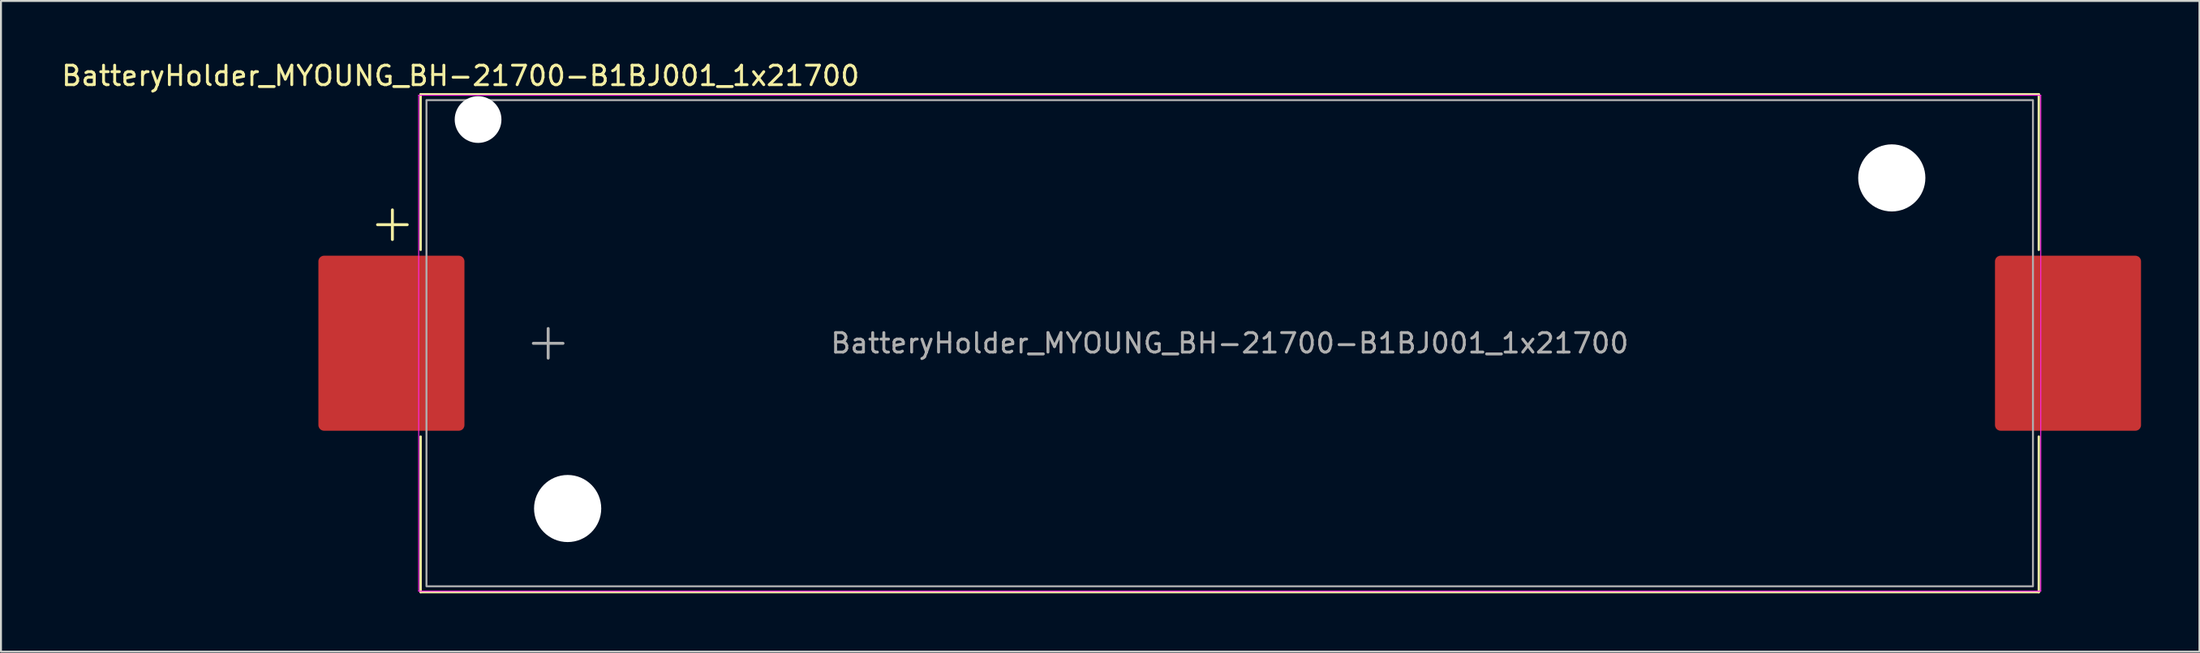
<source format=kicad_pcb>
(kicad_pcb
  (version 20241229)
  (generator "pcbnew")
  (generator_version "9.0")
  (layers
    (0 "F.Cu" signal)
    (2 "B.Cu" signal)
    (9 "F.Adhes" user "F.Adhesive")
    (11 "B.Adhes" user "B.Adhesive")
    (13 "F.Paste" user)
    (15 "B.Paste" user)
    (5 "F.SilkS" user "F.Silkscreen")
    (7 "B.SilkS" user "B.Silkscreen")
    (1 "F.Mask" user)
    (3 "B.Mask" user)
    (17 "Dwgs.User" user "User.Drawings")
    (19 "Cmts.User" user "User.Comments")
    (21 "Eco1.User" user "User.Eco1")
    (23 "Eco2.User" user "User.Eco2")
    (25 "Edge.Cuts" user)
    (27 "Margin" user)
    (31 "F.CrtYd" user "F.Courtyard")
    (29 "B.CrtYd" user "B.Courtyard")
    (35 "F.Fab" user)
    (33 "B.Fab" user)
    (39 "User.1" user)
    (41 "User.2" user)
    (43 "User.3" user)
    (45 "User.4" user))
  (footprint "BatteryHolder_MYOUNG_BH-21700-B1BJ001_1x21700"
    (layer "F.Cu")
    (at 60.101 14.598)
    (property "Reference" "BatteryHolder_MYOUNG_BH-21700-B1BJ001_1x21700" (at -39.5 -13.75 0) (layer "F.SilkS") (effects (font (size 1 1) (thickness 0.15))))
    (attr smd)
    (fp_line (start -41.55 -12.8) (end -41.55 -4.8) (stroke (width 0.12) (type solid)) (layer "F.SilkS"))
    (fp_line (start -41.55 -12.8) (end 41.55 -12.8) (stroke (width 0.12) (type solid)) (layer "F.SilkS"))
    (fp_line (start -41.55 4.8) (end -41.55 12.8) (stroke (width 0.12) (type solid)) (layer "F.SilkS"))
    (fp_line (start -41.55 12.8) (end 41.55 12.8) (stroke (width 0.12) (type solid)) (layer "F.SilkS"))
    (fp_line (start 41.55 -12.8) (end 41.55 -4.8) (stroke (width 0.12) (type solid)) (layer "F.SilkS"))
    (fp_line (start 41.55 4.8) (end 41.55 12.8) (stroke (width 0.12) (type solid)) (layer "F.SilkS"))
    (fp_line (start -41.65 -12.75) (end -41.65 12.75) (stroke (width 0.05) (type solid)) (layer "F.CrtYd"))
    (fp_line (start -41.65 12.75) (end 41.65 12.75) (stroke (width 0.05) (type solid)) (layer "F.CrtYd"))
    (fp_line (start 41.65 -12.75) (end -41.65 -12.75) (stroke (width 0.05) (type solid)) (layer "F.CrtYd"))
    (fp_line (start 41.65 12.75) (end 41.65 -12.75) (stroke (width 0.05) (type solid)) (layer "F.CrtYd"))
    (fp_rect (start -41.25 -12.5) (end 41.25 12.5) (stroke (width 0.1) (type solid)) (fill no) (layer "F.Fab"))
    (fp_text user "+" (at -43 -6.25 0) (layer "F.SilkS") (effects (font (size 2 2) (thickness 0.15))))
    (fp_text user "+" (at -35 -0.15 0) (layer "F.Fab") (effects (font (size 2 2) (thickness 0.15))))
    (fp_text user "${REFERENCE}" (at 0 0 0) (layer "F.Fab") (effects (font (size 1 1) (thickness 0.15))))
    (pad "" np_thru_hole circle (at -38.6 -11.5) (size 2.4 2.4) (drill 2.4) (layers "*.Cu" "*.Mask"))
    (pad "" np_thru_hole circle (at -34 8.5) (size 3.45 3.45) (drill 3.45) (layers "*.Cu" "*.Mask"))
    (pad "" np_thru_hole circle (at 34 -8.5) (size 3.45 3.45) (drill 3.45) (layers "*.Cu" "*.Mask"))
    (pad "1" smd roundrect (at -43.05 0) (size 7.5 9) (layers "F.Cu" "F.Mask" "F.Paste") (roundrect_rratio 0.038))
    (pad "2" smd roundrect (at 43.05 0) (size 7.5 9) (layers "F.Cu" "F.Mask" "F.Paste") (roundrect_rratio 0.038)))
  (gr_rect
    (start -3 -3)
    (end 109.901 30.458)
    (stroke (width 0.1) (type default))
    (fill no)
    (layer "Edge.Cuts")))
</source>
